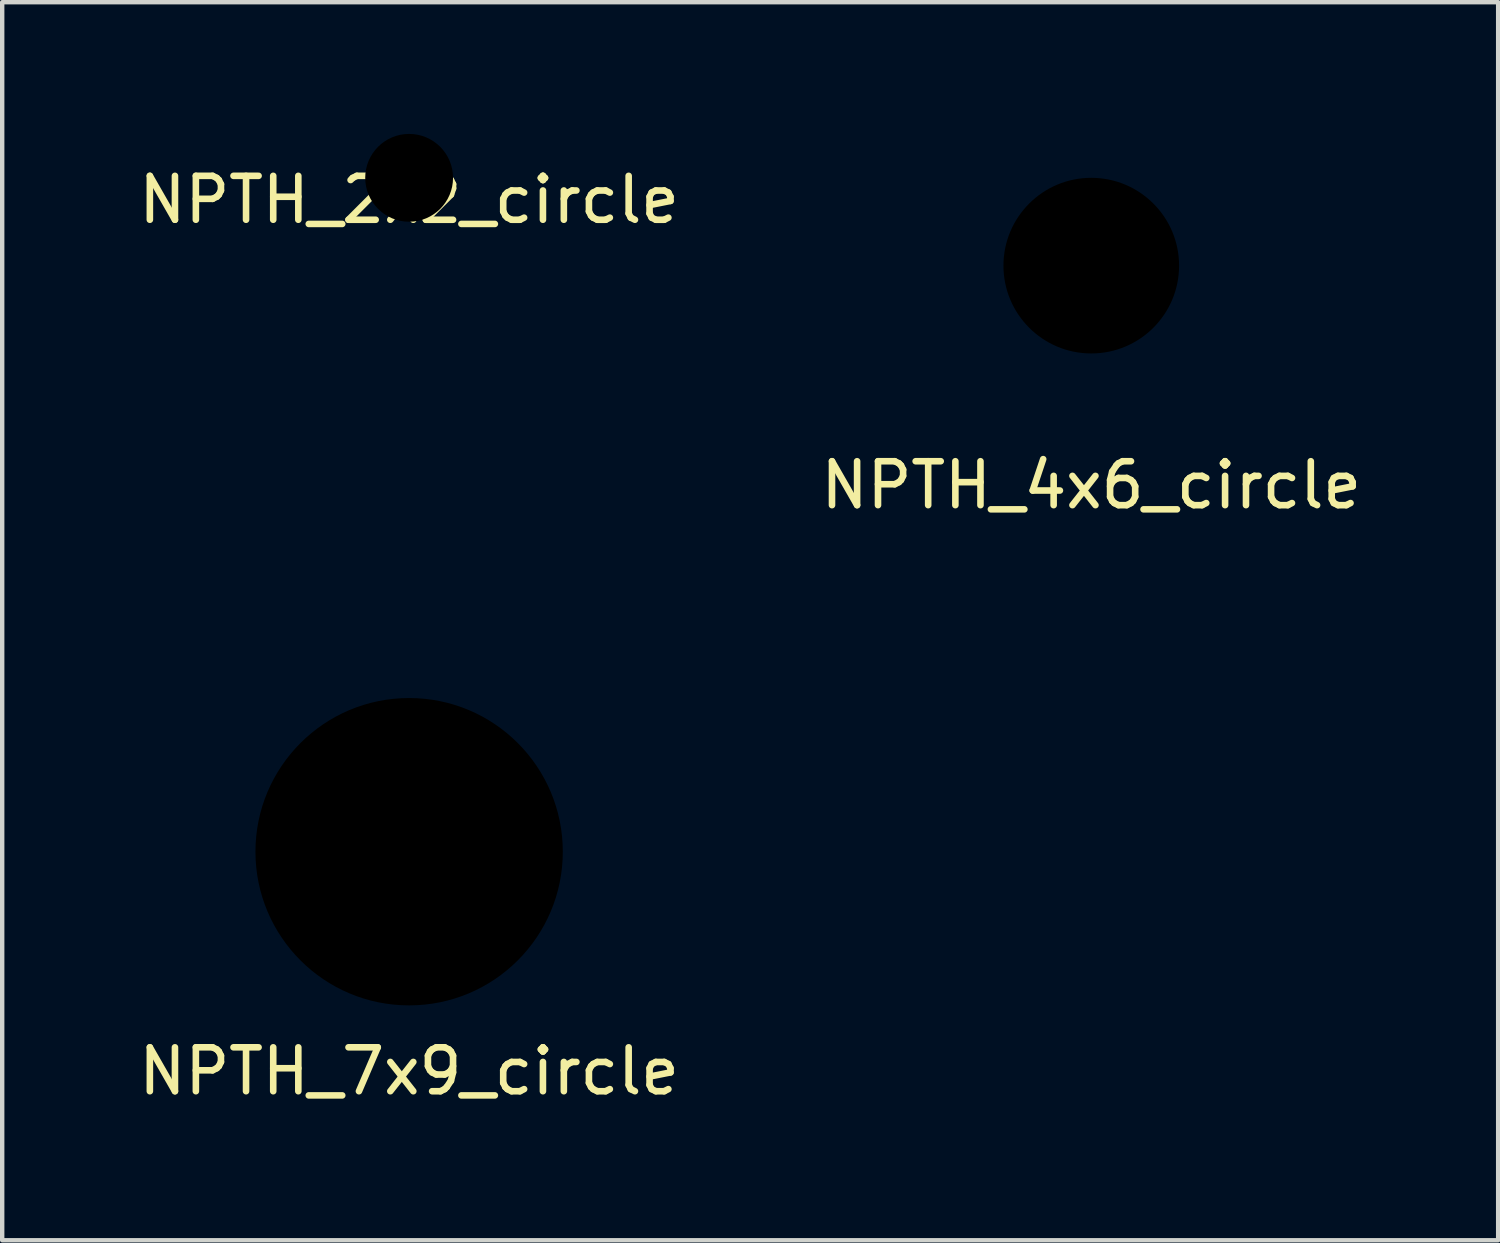
<source format=kicad_pcb>
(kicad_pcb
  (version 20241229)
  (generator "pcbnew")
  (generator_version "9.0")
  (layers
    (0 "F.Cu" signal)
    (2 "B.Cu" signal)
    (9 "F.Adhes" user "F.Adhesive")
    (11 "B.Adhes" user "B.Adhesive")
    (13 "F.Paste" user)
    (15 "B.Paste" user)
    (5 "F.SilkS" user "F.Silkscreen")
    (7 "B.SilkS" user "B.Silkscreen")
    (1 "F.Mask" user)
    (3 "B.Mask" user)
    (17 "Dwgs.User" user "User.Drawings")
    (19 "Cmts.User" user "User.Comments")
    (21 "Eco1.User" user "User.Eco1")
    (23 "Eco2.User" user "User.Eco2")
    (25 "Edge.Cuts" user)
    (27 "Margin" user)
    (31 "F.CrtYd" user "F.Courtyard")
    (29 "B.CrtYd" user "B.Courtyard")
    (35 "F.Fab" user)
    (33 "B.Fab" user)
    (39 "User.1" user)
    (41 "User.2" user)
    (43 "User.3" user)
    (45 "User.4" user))
  (footprint "NPTH_4x6_circle"
    (layer "F.Cu")
    (at 21.804 3)
    (property "Reference" "NPTH_4x6_circle" (at 0 5 0) (layer "F.SilkS") (effects (font (size 1 1) (thickness 0.15))))
    (attr through_hole)
    (pad "" np_thru_hole circle (at 0 0) (size 6 6) (drill 4) (layers "*.Mask")))
  (footprint "NPTH_7x9_circle"
    (layer "F.Cu")
    (at 6.268 16.348)
    (property "Reference" "NPTH_7x9_circle" (at 0 5 0) (layer "F.SilkS") (effects (font (size 1 1) (thickness 0.15))))
    (attr through_hole)
    (pad "" np_thru_hole circle (at 0 0) (size 9 9) (drill 7) (layers "*.Mask")))
  (footprint "NPTH_2x2_circle"
    (layer "F.Cu")
    (at 6.268 1)
    (property "Reference" "NPTH_2x2_circle" (at 0 0.5 0) (layer "F.SilkS") (effects (font (size 1 1) (thickness 0.15))))
    (attr through_hole)
    (pad "" np_thru_hole circle (at 0 0) (size 2 2) (drill 2) (layers "*.Mask")))
  (gr_rect
    (start -3 -3)
    (end 31.071 25.197)
    (stroke (width 0.1) (type default))
    (fill no)
    (layer "Edge.Cuts")))
</source>
